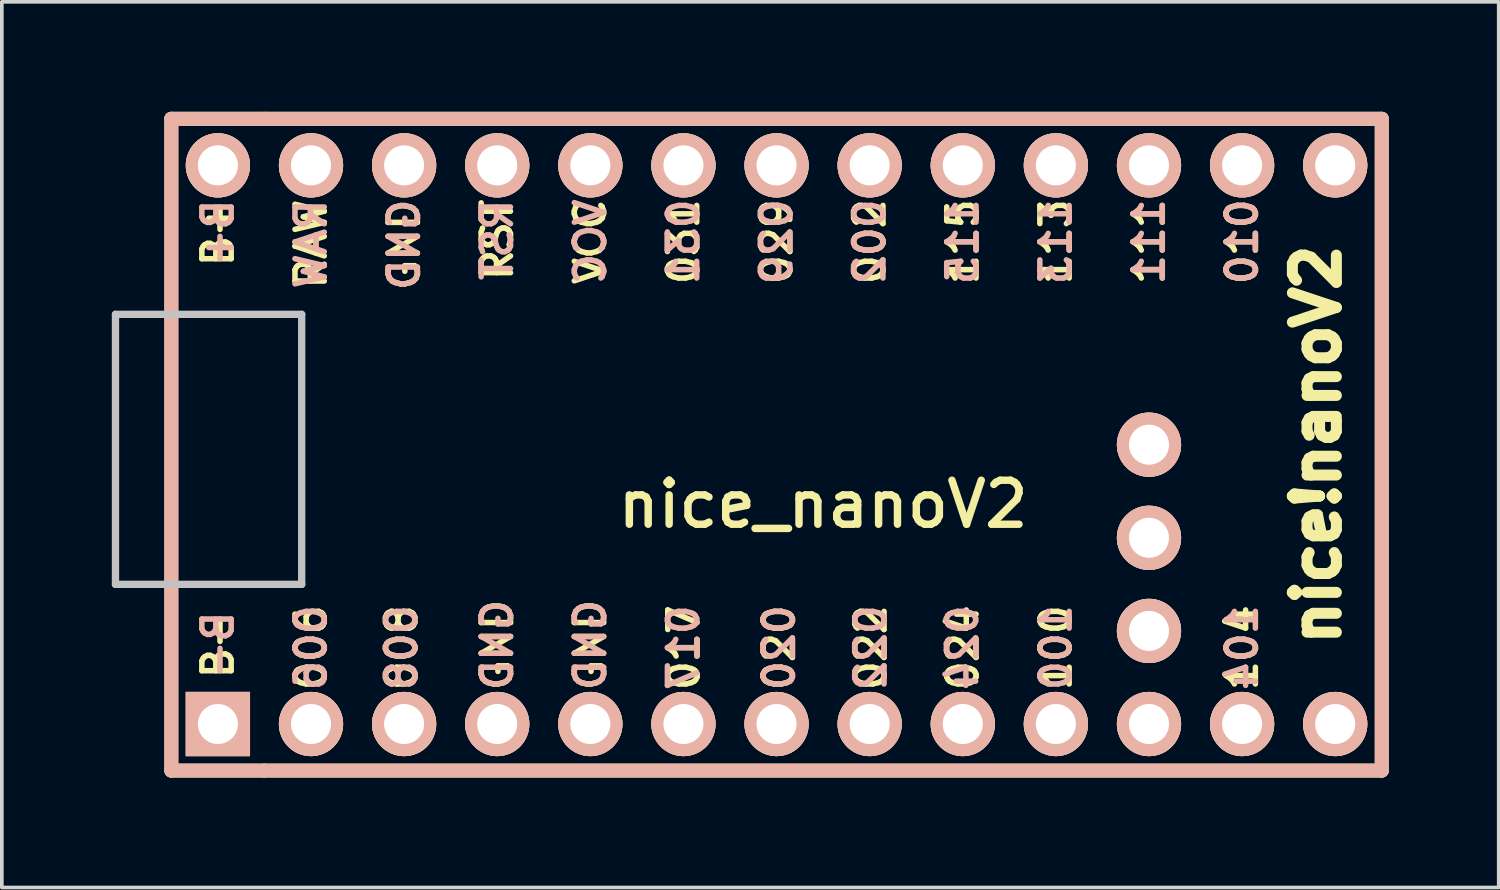
<source format=kicad_pcb>
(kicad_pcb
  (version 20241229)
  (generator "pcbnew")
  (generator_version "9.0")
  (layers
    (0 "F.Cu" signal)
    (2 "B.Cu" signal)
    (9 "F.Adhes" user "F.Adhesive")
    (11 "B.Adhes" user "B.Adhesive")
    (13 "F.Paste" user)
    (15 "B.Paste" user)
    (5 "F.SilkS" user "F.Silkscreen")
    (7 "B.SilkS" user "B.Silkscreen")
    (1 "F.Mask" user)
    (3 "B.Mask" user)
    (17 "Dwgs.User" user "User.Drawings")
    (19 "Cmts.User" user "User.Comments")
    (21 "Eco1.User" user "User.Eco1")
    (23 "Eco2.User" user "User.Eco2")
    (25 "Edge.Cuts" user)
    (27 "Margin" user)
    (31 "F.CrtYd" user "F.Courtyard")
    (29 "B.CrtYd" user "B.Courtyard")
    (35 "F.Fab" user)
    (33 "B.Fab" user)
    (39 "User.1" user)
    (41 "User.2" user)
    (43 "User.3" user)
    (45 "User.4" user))
  (footprint "nice_nanoV2"
    (layer "F.Cu")
    (at 19.404 9.081)
    (property "Reference" "nice_nanoV2" (at 0 1.625 180) (layer "F.SilkS") (effects (font (size 1.2 1.2) (thickness 0.203))))
    (attr through_hole)
    (fp_line (start -17.78 -8.89) (end -17.78 8.89) (stroke (width 0.381) (type solid)) (layer "F.SilkS"))
    (fp_line (start -17.78 8.89) (end -15.24 8.89) (stroke (width 0.381) (type solid)) (layer "F.SilkS"))
    (fp_line (start -15.24 -8.89) (end -17.78 -8.89) (stroke (width 0.381) (type solid)) (layer "F.SilkS"))
    (fp_line (start -15.24 8.89) (end 15.24 8.89) (stroke (width 0.381) (type solid)) (layer "F.SilkS"))
    (fp_line (start 15.24 -8.89) (end -15.24 -8.89) (stroke (width 0.381) (type solid)) (layer "F.SilkS"))
    (fp_line (start 15.24 8.89) (end 15.24 -8.89) (stroke (width 0.381) (type solid)) (layer "F.SilkS"))
    (fp_line (start -17.78 -8.89) (end -17.78 8.89) (stroke (width 0.381) (type solid)) (layer "B.SilkS"))
    (fp_line (start -17.78 8.89) (end 15.24 8.89) (stroke (width 0.381) (type solid)) (layer "B.SilkS"))
    (fp_line (start 15.24 -8.89) (end -17.78 -8.89) (stroke (width 0.381) (type solid)) (layer "B.SilkS"))
    (fp_line (start 15.24 8.89) (end 15.24 -8.89) (stroke (width 0.381) (type solid)) (layer "B.SilkS"))
    (fp_line (start -19.304 -3.556) (end -14.224 -3.556) (stroke (width 0.2) (type solid)) (layer "Dwgs.User"))
    (fp_line (start -19.304 3.81) (end -19.304 -3.556) (stroke (width 0.2) (type solid)) (layer "Dwgs.User"))
    (fp_line (start -14.224 -3.556) (end -14.224 3.81) (stroke (width 0.2) (type solid)) (layer "Dwgs.User"))
    (fp_line (start -14.224 3.81) (end -19.304 3.81) (stroke (width 0.2) (type solid)) (layer "Dwgs.User"))
    (fp_text user "024" (at 3.81 5.537 90) (layer "F.SilkS") (effects (font (size 0.8 0.8) (thickness 0.15))))
    (fp_text user "B-" (at -16.51 5.461 90) (layer "F.SilkS") (effects (font (size 0.8 0.8) (thickness 0.15))))
    (fp_text user "GND" (at -8.89 5.461 90) (layer "F.SilkS") (effects (font (size 0.8 0.8) (thickness 0.15))))
    (fp_text user "RST" (at -8.89 -5.588 90) (layer "F.SilkS") (effects (font (size 0.8 0.8) (thickness 0.15))))
    (fp_text user "104" (at 11.43 5.537 90) (layer "F.SilkS") (effects (font (size 0.8 0.8) (thickness 0.15))))
    (fp_text user "113" (at 6.35 -5.537 90) (layer "F.SilkS") (effects (font (size 0.8 0.8) (thickness 0.15))))
    (fp_text user "111" (at 8.89 -5.537 90) (layer "F.SilkS") (effects (font (size 0.8 0.8) (thickness 0.15))))
    (fp_text user "008" (at -11.5 5.537 90) (layer "F.SilkS") (effects (font (size 0.8 0.8) (thickness 0.15))))
    (fp_text user "022" (at 1.3 5.537 90) (layer "F.SilkS") (effects (font (size 0.8 0.8) (thickness 0.15))))
    (fp_text user "017" (at -3.8 5.537 90) (layer "F.SilkS") (effects (font (size 0.8 0.8) (thickness 0.15))))
    (fp_text user "115" (at 3.81 -5.537 90) (layer "F.SilkS") (effects (font (size 0.8 0.8) (thickness 0.15))))
    (fp_text user "020" (at -1.2 5.537 90) (layer "F.SilkS") (effects (font (size 0.8 0.8) (thickness 0.15))))
    (fp_text user "029" (at -1.27 -5.537 90) (layer "F.SilkS") (effects (font (size 0.8 0.8) (thickness 0.15))))
    (fp_text user "006" (at -13.97 5.537 90) (layer "F.SilkS") (effects (font (size 0.8 0.8) (thickness 0.15))))
    (fp_text user "GND" (at -6.35 5.461 90) (layer "F.SilkS") (effects (font (size 0.8 0.8) (thickness 0.15))))
    (fp_text user "010" (at 11.43 -5.537 90) (layer "F.SilkS") (effects (font (size 0.8 0.8) (thickness 0.15))))
    (fp_text user "VCC" (at -6.35 -5.537 90) (layer "F.SilkS") (effects (font (size 0.8 0.8) (thickness 0.15))))
    (fp_text user "002" (at 1.27 -5.537 90) (layer "F.SilkS") (effects (font (size 0.8 0.8) (thickness 0.15))))
    (fp_text user "GND" (at -11.43 -5.455 90) (layer "F.SilkS") (effects (font (size 0.8 0.8) (thickness 0.15))))
    (fp_text user "031" (at -3.81 -5.537 90) (layer "F.SilkS") (effects (font (size 0.8 0.8) (thickness 0.15))))
    (fp_text user "RAW" (at -13.97 -5.474 90) (layer "F.SilkS") (effects (font (size 0.8 0.8) (thickness 0.15))))
    (fp_text user "100" (at 6.35 5.537 90) (layer "F.SilkS") (effects (font (size 0.8 0.8) (thickness 0.15))))
    (fp_text user "B+" (at -16.51 -5.778 90) (layer "F.SilkS") (effects (font (size 0.8 0.8) (thickness 0.15))))
    (fp_text user "nice!nanoV2" (at 13.462 0 90) (layer "F.SilkS") (effects (font (size 1.2 1.2) (thickness 0.3))))
    (fp_text user "B+" (at -16.51 -5.778 90) (layer "B.SilkS") (effects (font (size 0.8 0.8) (thickness 0.15)) (justify mirror)))
    (fp_text user "008" (at -11.5 5.537 90) (layer "B.SilkS") (effects (font (size 0.8 0.8) (thickness 0.15)) (justify mirror)))
    (fp_text user "RAW" (at -13.97 -5.474 90) (layer "B.SilkS") (effects (font (size 0.8 0.8) (thickness 0.15)) (justify mirror)))
    (fp_text user "VCC" (at -6.35 -5.537 90) (layer "B.SilkS") (effects (font (size 0.8 0.8) (thickness 0.15)) (justify mirror)))
    (fp_text user "017" (at -3.81 5.537 90) (layer "B.SilkS") (effects (font (size 0.8 0.8) (thickness 0.15)) (justify mirror)))
    (fp_text user "113" (at 6.35 -5.537 90) (layer "B.SilkS") (effects (font (size 0.8 0.8) (thickness 0.15)) (justify mirror)))
    (fp_text user "B-" (at -16.51 5.461 90) (layer "B.SilkS") (effects (font (size 0.8 0.8) (thickness 0.15)) (justify mirror)))
    (fp_text user "022" (at 1.3 5.537 90) (layer "B.SilkS") (effects (font (size 0.8 0.8) (thickness 0.15)) (justify mirror)))
    (fp_text user "029" (at -1.27 -5.537 90) (layer "B.SilkS") (effects (font (size 0.8 0.8) (thickness 0.15)) (justify mirror)))
    (fp_text user "RST" (at -8.89 -5.588 90) (layer "B.SilkS") (effects (font (size 0.8 0.8) (thickness 0.15)) (justify mirror)))
    (fp_text user "002" (at 1.27 -5.537 90) (layer "B.SilkS") (effects (font (size 0.8 0.8) (thickness 0.15)) (justify mirror)))
    (fp_text user "104" (at 11.43 5.537 90) (layer "B.SilkS") (effects (font (size 0.8 0.8) (thickness 0.15)) (justify mirror)))
    (fp_text user "GND" (at -11.43 -5.455 90) (layer "B.SilkS") (effects (font (size 0.8 0.8) (thickness 0.15)) (justify mirror)))
    (fp_text user "GND" (at -8.89 5.461 90) (layer "B.SilkS") (effects (font (size 0.8 0.8) (thickness 0.15)) (justify mirror)))
    (fp_text user "111" (at 8.89 -5.537 90) (layer "B.SilkS") (effects (font (size 0.8 0.8) (thickness 0.15)) (justify mirror)))
    (fp_text user "010" (at 11.43 -5.537 90) (layer "B.SilkS") (effects (font (size 0.8 0.8) (thickness 0.15)) (justify mirror)))
    (fp_text user "020" (at -1.2 5.537 90) (layer "B.SilkS") (effects (font (size 0.8 0.8) (thickness 0.15)) (justify mirror)))
    (fp_text user "GND" (at -6.35 5.461 90) (layer "B.SilkS") (effects (font (size 0.8 0.8) (thickness 0.15)) (justify mirror)))
    (fp_text user "024" (at 3.8 5.537 90) (layer "B.SilkS") (effects (font (size 0.8 0.8) (thickness 0.15)) (justify mirror)))
    (fp_text user "100" (at 6.35 5.537 90) (layer "B.SilkS") (effects (font (size 0.8 0.8) (thickness 0.15)) (justify mirror)))
    (fp_text user "115" (at 3.81 -5.537 90) (layer "B.SilkS") (effects (font (size 0.8 0.8) (thickness 0.15)) (justify mirror)))
    (fp_text user "031" (at -3.81 -5.537 90) (layer "B.SilkS") (effects (font (size 0.8 0.8) (thickness 0.15)) (justify mirror)))
    (fp_text user "006" (at -13.97 5.537 90) (layer "B.SilkS") (effects (font (size 0.8 0.8) (thickness 0.15)) (justify mirror)))
    (pad "1" thru_hole rect (at -16.51 7.62) (size 1.753 1.753) (drill 1.092) (layers "*.Cu" "*.SilkS" "*.Mask"))
    (pad "2" thru_hole circle (at -13.97 7.62) (size 1.753 1.753) (drill 1.092) (layers "*.Cu" "*.SilkS" "*.Mask"))
    (pad "3" thru_hole circle (at -11.43 7.62) (size 1.753 1.753) (drill 1.092) (layers "*.Cu" "*.SilkS" "*.Mask"))
    (pad "4" thru_hole circle (at -8.89 7.62) (size 1.753 1.753) (drill 1.092) (layers "*.Cu" "*.SilkS" "*.Mask"))
    (pad "5" thru_hole circle (at -6.35 7.62) (size 1.753 1.753) (drill 1.092) (layers "*.Cu" "*.SilkS" "*.Mask"))
    (pad "6" thru_hole circle (at -3.81 7.62) (size 1.753 1.753) (drill 1.092) (layers "*.Cu" "*.SilkS" "*.Mask"))
    (pad "7" thru_hole circle (at -1.27 7.62) (size 1.753 1.753) (drill 1.092) (layers "*.Cu" "*.SilkS" "*.Mask"))
    (pad "8" thru_hole circle (at 1.27 7.62) (size 1.753 1.753) (drill 1.092) (layers "*.Cu" "*.SilkS" "*.Mask"))
    (pad "9" thru_hole circle (at 3.81 7.62) (size 1.753 1.753) (drill 1.092) (layers "*.Cu" "*.SilkS" "*.Mask"))
    (pad "10" thru_hole circle (at 6.35 7.62) (size 1.753 1.753) (drill 1.092) (layers "*.Cu" "*.SilkS" "*.Mask"))
    (pad "11" thru_hole circle (at 8.89 7.62) (size 1.753 1.753) (drill 1.092) (layers "*.Cu" "*.SilkS" "*.Mask"))
    (pad "12" thru_hole circle (at 11.43 7.62) (size 1.753 1.753) (drill 1.092) (layers "*.Cu" "*.SilkS" "*.Mask"))
    (pad "13" thru_hole circle (at 13.97 7.62) (size 1.753 1.753) (drill 1.092) (layers "*.Cu" "*.SilkS" "*.Mask"))
    (pad "14" thru_hole circle (at 13.97 -7.62) (size 1.753 1.753) (drill 1.092) (layers "*.Cu" "*.SilkS" "*.Mask"))
    (pad "15" thru_hole circle (at 11.43 -7.62) (size 1.753 1.753) (drill 1.092) (layers "*.Cu" "*.SilkS" "*.Mask"))
    (pad "16" thru_hole circle (at 8.89 -7.62) (size 1.753 1.753) (drill 1.092) (layers "*.Cu" "*.SilkS" "*.Mask"))
    (pad "17" thru_hole circle (at 6.35 -7.62) (size 1.753 1.753) (drill 1.092) (layers "*.Cu" "*.SilkS" "*.Mask"))
    (pad "18" thru_hole circle (at 3.81 -7.62) (size 1.753 1.753) (drill 1.092) (layers "*.Cu" "*.SilkS" "*.Mask"))
    (pad "19" thru_hole circle (at 1.27 -7.62) (size 1.753 1.753) (drill 1.092) (layers "*.Cu" "*.SilkS" "*.Mask"))
    (pad "20" thru_hole circle (at -1.27 -7.62) (size 1.753 1.753) (drill 1.092) (layers "*.Cu" "*.SilkS" "*.Mask"))
    (pad "21" thru_hole circle (at -3.81 -7.62) (size 1.753 1.753) (drill 1.092) (layers "*.Cu" "*.SilkS" "*.Mask"))
    (pad "22" thru_hole circle (at -6.35 -7.62) (size 1.753 1.753) (drill 1.092) (layers "*.Cu" "*.SilkS" "*.Mask"))
    (pad "23" thru_hole circle (at -8.89 -7.62) (size 1.753 1.753) (drill 1.092) (layers "*.Cu" "*.SilkS" "*.Mask"))
    (pad "24" thru_hole circle (at -11.43 -7.62) (size 1.753 1.753) (drill 1.092) (layers "*.Cu" "*.SilkS" "*.Mask"))
    (pad "25" thru_hole circle (at -13.97 -7.62) (size 1.753 1.753) (drill 1.092) (layers "*.Cu" "*.SilkS" "*.Mask"))
    (pad "26" thru_hole circle (at -16.51 -7.62) (size 1.753 1.753) (drill 1.092) (layers "*.Cu" "*.SilkS" "*.Mask"))
    (pad "27" thru_hole circle (at 8.89 5.08) (size 1.753 1.753) (drill 1.092) (layers "*.Cu" "*.SilkS" "*.Mask"))
    (pad "28" thru_hole circle (at 8.89 2.54) (size 1.753 1.753) (drill 1.092) (layers "*.Cu" "*.SilkS" "*.Mask"))
    (pad "29" thru_hole circle (at 8.89 0) (size 1.753 1.753) (drill 1.092) (layers "*.Cu" "*.SilkS" "*.Mask")))
  (gr_rect
    (start -3 -3)
    (end 37.834 21.161)
    (stroke (width 0.1) (type default))
    (fill no)
    (layer "Edge.Cuts")))
</source>
